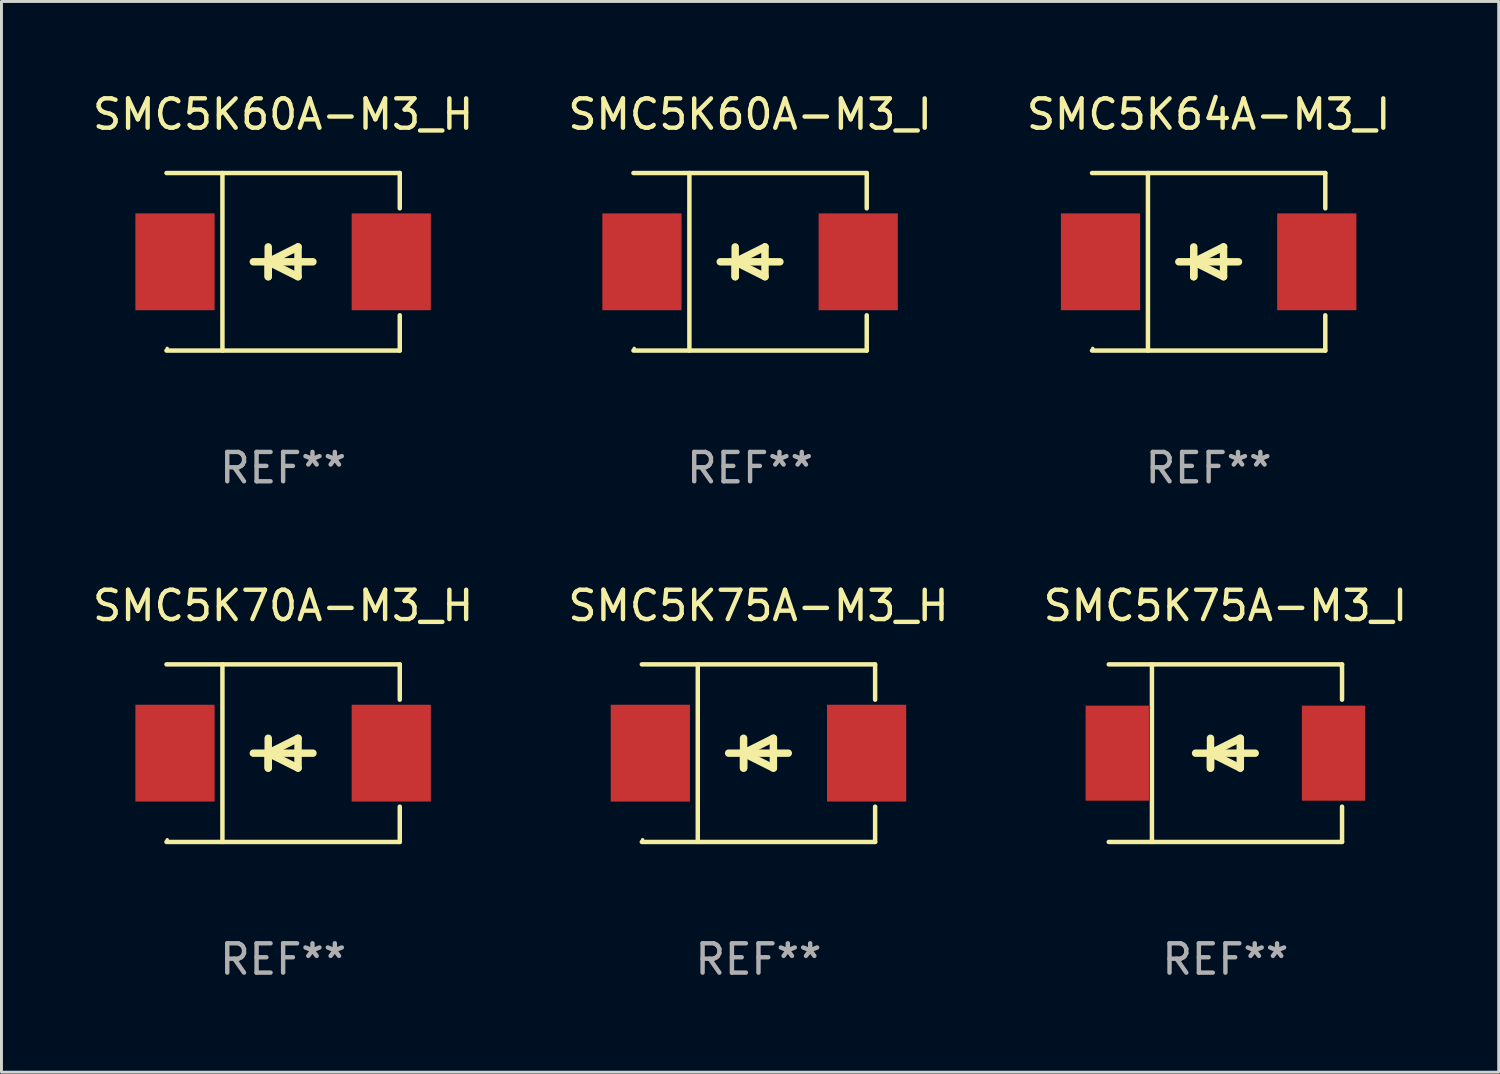
<source format=kicad_pcb>
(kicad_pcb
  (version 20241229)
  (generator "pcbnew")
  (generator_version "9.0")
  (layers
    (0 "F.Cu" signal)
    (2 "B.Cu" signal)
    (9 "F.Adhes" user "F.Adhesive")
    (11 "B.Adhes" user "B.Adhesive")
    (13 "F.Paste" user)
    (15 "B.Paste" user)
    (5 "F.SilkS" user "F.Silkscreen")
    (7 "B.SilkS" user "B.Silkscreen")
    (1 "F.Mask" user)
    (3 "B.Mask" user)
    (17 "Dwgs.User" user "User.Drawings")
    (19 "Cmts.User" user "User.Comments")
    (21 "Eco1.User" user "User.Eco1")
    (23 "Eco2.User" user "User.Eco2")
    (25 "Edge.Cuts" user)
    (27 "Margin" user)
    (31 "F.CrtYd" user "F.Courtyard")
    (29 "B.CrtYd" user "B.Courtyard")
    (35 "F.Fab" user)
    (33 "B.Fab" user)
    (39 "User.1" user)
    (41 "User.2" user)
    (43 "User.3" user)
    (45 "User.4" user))
  (footprint "SMC5K75A-M3_H"
    (layer "F.Cu")
    (at 22.804 22.623)
    (property "Reference" "SMC5K75A-M3_H" (at 0 -5.026 0) (layer "F.SilkS") (effects (font (size 1 1) (thickness 0.15))))
    (attr through_hole)
    (fp_line (start -3.976 -3.026) (end 3.976 -3.026) (stroke (width 0.152) (type solid)) (layer "F.SilkS"))
    (fp_line (start -3.976 3.026) (end 3.976 3.026) (stroke (width 0.152) (type solid)) (layer "F.SilkS"))
    (fp_line (start -2.069 -3.026) (end -2.069 3.026) (stroke (width 0.152) (type solid)) (layer "F.SilkS"))
    (fp_line (start -0.508 0) (end -0.508 0.508) (stroke (width 0.254) (type solid)) (layer "F.SilkS"))
    (fp_line (start -0.508 0) (end 0.508 0.508) (stroke (width 0.254) (type solid)) (layer "F.SilkS"))
    (fp_line (start -0.508 0.508) (end -0.508 -0.508) (stroke (width 0.254) (type solid)) (layer "F.SilkS"))
    (fp_line (start 0.508 -0.508) (end -0.508 0) (stroke (width 0.254) (type solid)) (layer "F.SilkS"))
    (fp_line (start 0.508 0.508) (end 0.508 -0.508) (stroke (width 0.254) (type solid)) (layer "F.SilkS"))
    (fp_line (start 1.016 0) (end -1.016 0) (stroke (width 0.254) (type solid)) (layer "F.SilkS"))
    (fp_line (start 3.976 -3.026) (end 3.976 -1.823) (stroke (width 0.152) (type solid)) (layer "F.SilkS"))
    (fp_line (start 3.976 3.026) (end 3.976 1.823) (stroke (width 0.152) (type solid)) (layer "F.SilkS"))
    (fp_circle (center -3.95 2.95) (end -3.92 2.95) (stroke (width 0.06) (type solid)) (fill no) (layer "F.SilkS"))
    (fp_text user "REF**" (at 0 7.026 0) (layer "F.Fab") (effects (font (size 1 1) (thickness 0.15))))
    (pad "1" smd rect (at -3.686 0) (size 2.7 3.3) (layers "F.Cu" "F.Mask" "F.Paste"))
    (pad "2" smd rect (at 3.686 0) (size 2.7 3.3) (layers "F.Cu" "F.Mask" "F.Paste")))
  (footprint "SMC5K75A-M3_I"
    (layer "F.Cu")
    (at 38.72 22.623)
    (property "Reference" "SMC5K75A-M3_I" (at 0 -5.026 0) (layer "F.SilkS") (effects (font (size 1 1) (thickness 0.15))))
    (attr through_hole)
    (fp_line (start -3.976 -3.026) (end 3.976 -3.026) (stroke (width 0.152) (type solid)) (layer "F.SilkS"))
    (fp_line (start -3.976 3.026) (end 3.976 3.026) (stroke (width 0.152) (type solid)) (layer "F.SilkS"))
    (fp_line (start -2.504 -3.026) (end -2.504 3.026) (stroke (width 0.152) (type solid)) (layer "F.SilkS"))
    (fp_line (start -0.508 0) (end -0.508 0.508) (stroke (width 0.254) (type solid)) (layer "F.SilkS"))
    (fp_line (start -0.508 0) (end 0.508 0.508) (stroke (width 0.254) (type solid)) (layer "F.SilkS"))
    (fp_line (start -0.508 0.508) (end -0.508 -0.508) (stroke (width 0.254) (type solid)) (layer "F.SilkS"))
    (fp_line (start 0.508 -0.508) (end -0.508 0) (stroke (width 0.254) (type solid)) (layer "F.SilkS"))
    (fp_line (start 0.508 0.508) (end 0.508 -0.508) (stroke (width 0.254) (type solid)) (layer "F.SilkS"))
    (fp_line (start 1.016 0) (end -1.016 0) (stroke (width 0.254) (type solid)) (layer "F.SilkS"))
    (fp_line (start 3.976 -3.026) (end 3.976 -1.823) (stroke (width 0.152) (type solid)) (layer "F.SilkS"))
    (fp_line (start 3.976 3.026) (end 3.976 1.823) (stroke (width 0.152) (type solid)) (layer "F.SilkS"))
    (fp_circle (center 3.95 -2.95) (end 3.98 -2.95) (stroke (width 0.06) (type solid)) (fill no) (layer "F.SilkS"))
    (fp_text user "REF**" (at 0 7.026 0) (layer "F.Fab") (effects (font (size 1 1) (thickness 0.15))))
    (pad "1" smd rect (at 3.686 0 180) (size 2.158 3.24) (layers "F.Cu" "F.Mask" "F.Paste"))
    (pad "2" smd rect (at -3.686 0 180) (size 2.158 3.24) (layers "F.Cu" "F.Mask" "F.Paste")))
  (footprint "SMC5K70A-M3_H"
    (layer "F.Cu")
    (at 6.601 22.623)
    (property "Reference" "SMC5K70A-M3_H" (at 0 -5.026 0) (layer "F.SilkS") (effects (font (size 1 1) (thickness 0.15))))
    (attr through_hole)
    (fp_line (start -3.976 -3.026) (end 3.976 -3.026) (stroke (width 0.152) (type solid)) (layer "F.SilkS"))
    (fp_line (start -3.976 3.026) (end 3.976 3.026) (stroke (width 0.152) (type solid)) (layer "F.SilkS"))
    (fp_line (start -2.069 -3.026) (end -2.069 3.026) (stroke (width 0.152) (type solid)) (layer "F.SilkS"))
    (fp_line (start -0.508 0) (end -0.508 0.508) (stroke (width 0.254) (type solid)) (layer "F.SilkS"))
    (fp_line (start -0.508 0) (end 0.508 0.508) (stroke (width 0.254) (type solid)) (layer "F.SilkS"))
    (fp_line (start -0.508 0.508) (end -0.508 -0.508) (stroke (width 0.254) (type solid)) (layer "F.SilkS"))
    (fp_line (start 0.508 -0.508) (end -0.508 0) (stroke (width 0.254) (type solid)) (layer "F.SilkS"))
    (fp_line (start 0.508 0.508) (end 0.508 -0.508) (stroke (width 0.254) (type solid)) (layer "F.SilkS"))
    (fp_line (start 1.016 0) (end -1.016 0) (stroke (width 0.254) (type solid)) (layer "F.SilkS"))
    (fp_line (start 3.976 -3.026) (end 3.976 -1.823) (stroke (width 0.152) (type solid)) (layer "F.SilkS"))
    (fp_line (start 3.976 3.026) (end 3.976 1.823) (stroke (width 0.152) (type solid)) (layer "F.SilkS"))
    (fp_circle (center -3.95 2.95) (end -3.92 2.95) (stroke (width 0.06) (type solid)) (fill no) (layer "F.SilkS"))
    (fp_text user "REF**" (at 0 7.026 0) (layer "F.Fab") (effects (font (size 1 1) (thickness 0.15))))
    (pad "1" smd rect (at -3.686 0) (size 2.7 3.3) (layers "F.Cu" "F.Mask" "F.Paste"))
    (pad "2" smd rect (at 3.686 0) (size 2.7 3.3) (layers "F.Cu" "F.Mask" "F.Paste")))
  (footprint "SMC5K60A-M3_H"
    (layer "F.Cu")
    (at 6.601 5.874)
    (property "Reference" "SMC5K60A-M3_H" (at 0 -5.026 0) (layer "F.SilkS") (effects (font (size 1 1) (thickness 0.15))))
    (attr through_hole)
    (fp_line (start -3.976 -3.026) (end 3.976 -3.026) (stroke (width 0.152) (type solid)) (layer "F.SilkS"))
    (fp_line (start -3.976 3.026) (end 3.976 3.026) (stroke (width 0.152) (type solid)) (layer "F.SilkS"))
    (fp_line (start -2.069 -3.026) (end -2.069 3.026) (stroke (width 0.152) (type solid)) (layer "F.SilkS"))
    (fp_line (start -0.508 0) (end -0.508 0.508) (stroke (width 0.254) (type solid)) (layer "F.SilkS"))
    (fp_line (start -0.508 0) (end 0.508 0.508) (stroke (width 0.254) (type solid)) (layer "F.SilkS"))
    (fp_line (start -0.508 0.508) (end -0.508 -0.508) (stroke (width 0.254) (type solid)) (layer "F.SilkS"))
    (fp_line (start 0.508 -0.508) (end -0.508 0) (stroke (width 0.254) (type solid)) (layer "F.SilkS"))
    (fp_line (start 0.508 0.508) (end 0.508 -0.508) (stroke (width 0.254) (type solid)) (layer "F.SilkS"))
    (fp_line (start 1.016 0) (end -1.016 0) (stroke (width 0.254) (type solid)) (layer "F.SilkS"))
    (fp_line (start 3.976 -3.026) (end 3.976 -1.823) (stroke (width 0.152) (type solid)) (layer "F.SilkS"))
    (fp_line (start 3.976 3.026) (end 3.976 1.823) (stroke (width 0.152) (type solid)) (layer "F.SilkS"))
    (fp_circle (center -3.95 2.95) (end -3.92 2.95) (stroke (width 0.06) (type solid)) (fill no) (layer "F.SilkS"))
    (fp_text user "REF**" (at 0 7.026 0) (layer "F.Fab") (effects (font (size 1 1) (thickness 0.15))))
    (pad "1" smd rect (at -3.686 0) (size 2.7 3.3) (layers "F.Cu" "F.Mask" "F.Paste"))
    (pad "2" smd rect (at 3.686 0) (size 2.7 3.3) (layers "F.Cu" "F.Mask" "F.Paste")))
  (footprint "SMC5K60A-M3_I"
    (layer "F.Cu")
    (at 22.518 5.874)
    (property "Reference" "SMC5K60A-M3_I" (at 0 -5.026 0) (layer "F.SilkS") (effects (font (size 1 1) (thickness 0.15))))
    (attr through_hole)
    (fp_line (start -3.976 -3.026) (end 3.976 -3.026) (stroke (width 0.152) (type solid)) (layer "F.SilkS"))
    (fp_line (start -3.976 3.026) (end 3.976 3.026) (stroke (width 0.152) (type solid)) (layer "F.SilkS"))
    (fp_line (start -2.069 -3.026) (end -2.069 3.026) (stroke (width 0.152) (type solid)) (layer "F.SilkS"))
    (fp_line (start -0.508 0) (end -0.508 0.508) (stroke (width 0.254) (type solid)) (layer "F.SilkS"))
    (fp_line (start -0.508 0) (end 0.508 0.508) (stroke (width 0.254) (type solid)) (layer "F.SilkS"))
    (fp_line (start -0.508 0.508) (end -0.508 -0.508) (stroke (width 0.254) (type solid)) (layer "F.SilkS"))
    (fp_line (start 0.508 -0.508) (end -0.508 0) (stroke (width 0.254) (type solid)) (layer "F.SilkS"))
    (fp_line (start 0.508 0.508) (end 0.508 -0.508) (stroke (width 0.254) (type solid)) (layer "F.SilkS"))
    (fp_line (start 1.016 0) (end -1.016 0) (stroke (width 0.254) (type solid)) (layer "F.SilkS"))
    (fp_line (start 3.976 -3.026) (end 3.976 -1.823) (stroke (width 0.152) (type solid)) (layer "F.SilkS"))
    (fp_line (start 3.976 3.026) (end 3.976 1.823) (stroke (width 0.152) (type solid)) (layer "F.SilkS"))
    (fp_circle (center -3.95 2.95) (end -3.92 2.95) (stroke (width 0.06) (type solid)) (fill no) (layer "F.SilkS"))
    (fp_text user "REF**" (at 0 7.026 0) (layer "F.Fab") (effects (font (size 1 1) (thickness 0.15))))
    (pad "1" smd rect (at -3.686 0) (size 2.7 3.3) (layers "F.Cu" "F.Mask" "F.Paste"))
    (pad "2" smd rect (at 3.686 0) (size 2.7 3.3) (layers "F.Cu" "F.Mask" "F.Paste")))
  (footprint "SMC5K64A-M3_I"
    (layer "F.Cu")
    (at 38.149 5.874)
    (property "Reference" "SMC5K64A-M3_I" (at 0 -5.026 0) (layer "F.SilkS") (effects (font (size 1 1) (thickness 0.15))))
    (attr through_hole)
    (fp_line (start -3.976 -3.026) (end 3.976 -3.026) (stroke (width 0.152) (type solid)) (layer "F.SilkS"))
    (fp_line (start -3.976 3.026) (end 3.976 3.026) (stroke (width 0.152) (type solid)) (layer "F.SilkS"))
    (fp_line (start -2.069 -3.026) (end -2.069 3.026) (stroke (width 0.152) (type solid)) (layer "F.SilkS"))
    (fp_line (start -0.508 0) (end -0.508 0.508) (stroke (width 0.254) (type solid)) (layer "F.SilkS"))
    (fp_line (start -0.508 0) (end 0.508 0.508) (stroke (width 0.254) (type solid)) (layer "F.SilkS"))
    (fp_line (start -0.508 0.508) (end -0.508 -0.508) (stroke (width 0.254) (type solid)) (layer "F.SilkS"))
    (fp_line (start 0.508 -0.508) (end -0.508 0) (stroke (width 0.254) (type solid)) (layer "F.SilkS"))
    (fp_line (start 0.508 0.508) (end 0.508 -0.508) (stroke (width 0.254) (type solid)) (layer "F.SilkS"))
    (fp_line (start 1.016 0) (end -1.016 0) (stroke (width 0.254) (type solid)) (layer "F.SilkS"))
    (fp_line (start 3.976 -3.026) (end 3.976 -1.823) (stroke (width 0.152) (type solid)) (layer "F.SilkS"))
    (fp_line (start 3.976 3.026) (end 3.976 1.823) (stroke (width 0.152) (type solid)) (layer "F.SilkS"))
    (fp_circle (center -3.95 2.95) (end -3.92 2.95) (stroke (width 0.06) (type solid)) (fill no) (layer "F.SilkS"))
    (fp_text user "REF**" (at 0 7.026 0) (layer "F.Fab") (effects (font (size 1 1) (thickness 0.15))))
    (pad "1" smd rect (at -3.686 0) (size 2.7 3.3) (layers "F.Cu" "F.Mask" "F.Paste"))
    (pad "2" smd rect (at 3.686 0) (size 2.7 3.3) (layers "F.Cu" "F.Mask" "F.Paste")))
  (gr_rect
    (start -3 -3)
    (end 48.036 33.498)
    (stroke (width 0.1) (type default))
    (fill no)
    (layer "Edge.Cuts")))
</source>
